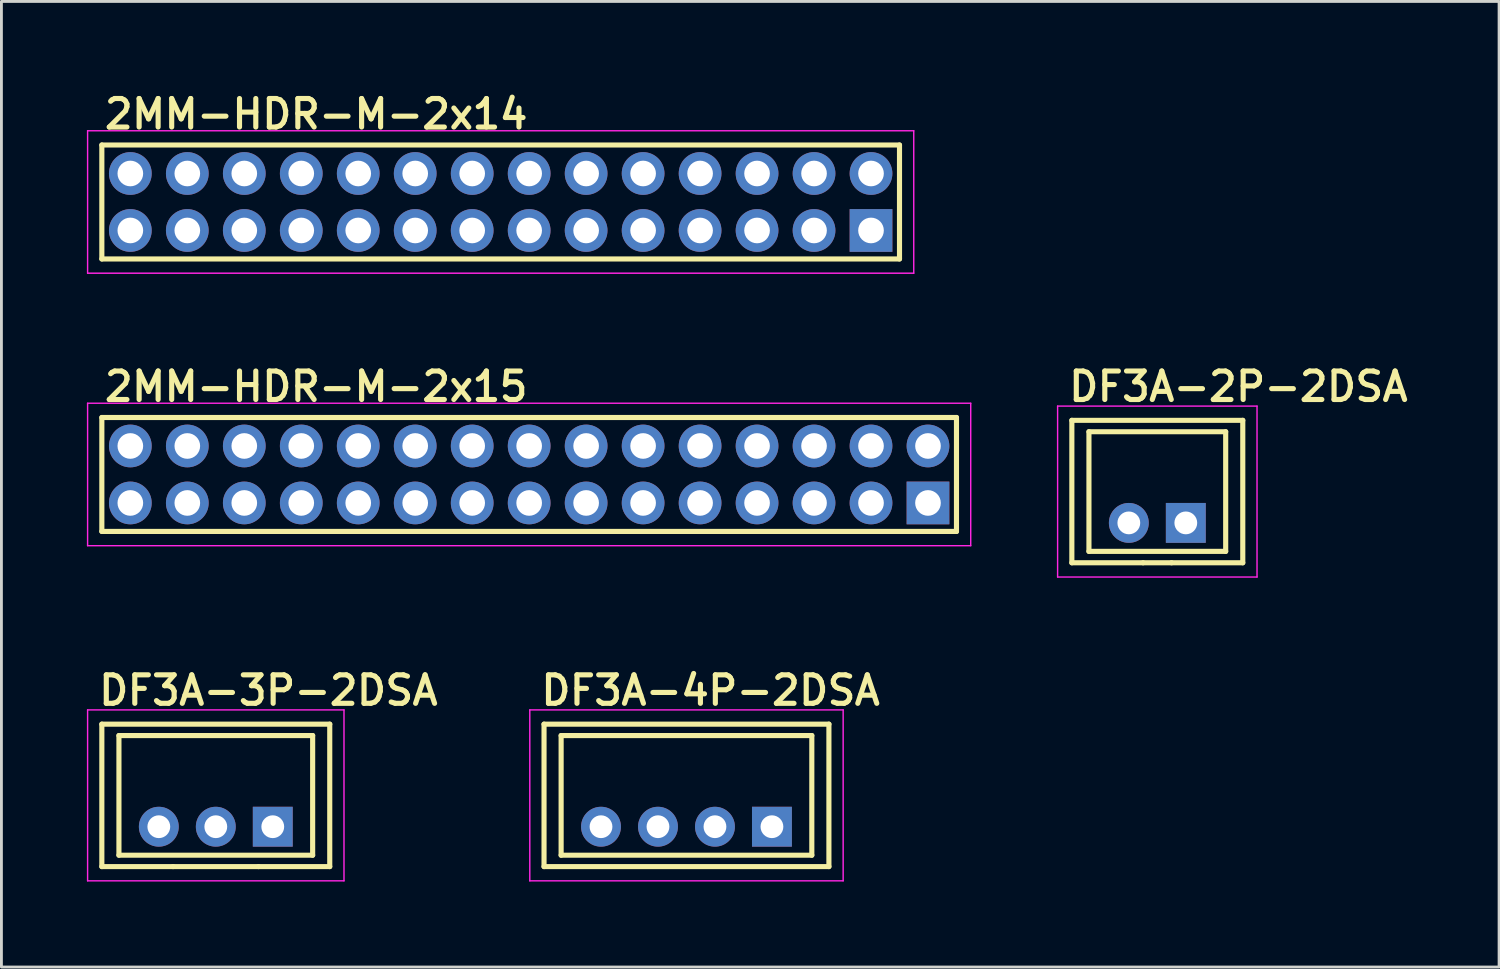
<source format=kicad_pcb>
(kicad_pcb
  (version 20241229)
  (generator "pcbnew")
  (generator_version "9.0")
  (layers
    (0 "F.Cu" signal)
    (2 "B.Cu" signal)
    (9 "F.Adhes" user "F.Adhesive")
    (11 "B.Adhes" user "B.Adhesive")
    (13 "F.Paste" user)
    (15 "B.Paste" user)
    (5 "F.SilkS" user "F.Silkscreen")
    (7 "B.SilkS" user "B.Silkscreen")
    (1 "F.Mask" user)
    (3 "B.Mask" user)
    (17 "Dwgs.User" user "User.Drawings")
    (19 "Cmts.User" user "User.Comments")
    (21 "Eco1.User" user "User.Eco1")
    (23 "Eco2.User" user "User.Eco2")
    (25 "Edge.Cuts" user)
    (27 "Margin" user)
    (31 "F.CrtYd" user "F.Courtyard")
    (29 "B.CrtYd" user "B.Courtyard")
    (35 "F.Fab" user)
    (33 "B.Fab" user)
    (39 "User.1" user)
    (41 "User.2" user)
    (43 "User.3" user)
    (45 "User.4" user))
  (footprint "DF3A-4P-2DSA"
    (layer "F.Cu")
    (at 21.047 25.97)
    (property "Reference" "DF3A-4P-2DSA" (at -5.2 -4.2 0) (layer "F.SilkS") (effects (font (size 1 1) (thickness 0.18)) (justify left bottom)))
    (attr through_hole)
    (fp_line (start -5 -3.6) (end 5 -3.6) (stroke (width 0.18) (type solid)) (layer "F.SilkS"))
    (fp_line (start -5 1.4) (end -5 -3.6) (stroke (width 0.18) (type solid)) (layer "F.SilkS"))
    (fp_line (start -5 1.4) (end 5 1.4) (stroke (width 0.18) (type solid)) (layer "F.SilkS"))
    (fp_line (start -4.4 -3.2) (end -4.4 1) (stroke (width 0.18) (type solid)) (layer "F.SilkS"))
    (fp_line (start -4.4 -3.2) (end 4.4 -3.2) (stroke (width 0.18) (type solid)) (layer "F.SilkS"))
    (fp_line (start -4.4 1) (end 4.4 1) (stroke (width 0.18) (type solid)) (layer "F.SilkS"))
    (fp_line (start 4.4 -3.2) (end 4.4 1) (stroke (width 0.18) (type solid)) (layer "F.SilkS"))
    (fp_line (start 5 -3.6) (end 5 1.4) (stroke (width 0.18) (type solid)) (layer "F.SilkS"))
    (fp_line (start -5.5 -4.1) (end 5.5 -4.1) (stroke (width 0.05) (type solid)) (layer "F.CrtYd"))
    (fp_line (start -5.5 1.9) (end -5.5 -4.1) (stroke (width 0.05) (type solid)) (layer "F.CrtYd"))
    (fp_line (start 5.5 -4.1) (end 5.5 1.9) (stroke (width 0.05) (type solid)) (layer "F.CrtYd"))
    (fp_line (start 5.5 1.9) (end -5.5 1.9) (stroke (width 0.05) (type solid)) (layer "F.CrtYd"))
    (pad "1" thru_hole rect (at 3 0) (size 1.4 1.4) (drill 0.8) (layers "*.Cu" "*.Mask"))
    (pad "2" thru_hole circle (at 1 0) (size 1.4 1.4) (drill 0.8) (layers "*.Cu" "*.Mask"))
    (pad "3" thru_hole circle (at -1 0) (size 1.4 1.4) (drill 0.8) (layers "*.Cu" "*.Mask"))
    (pad "4" thru_hole circle (at -3 0) (size 1.4 1.4) (drill 0.8) (layers "*.Cu" "*.Mask")))
  (footprint "2MM-HDR-M-2x14"
    (layer "F.Cu")
    (at 14.525 4.04)
    (property "Reference" "2MM-HDR-M-2x14" (at -14 -2.5 0) (layer "F.SilkS") (effects (font (size 1 1) (thickness 0.18)) (justify left bottom)))
    (attr through_hole)
    (fp_line (start -14 -2) (end 14 -2) (stroke (width 0.18) (type solid)) (layer "F.SilkS"))
    (fp_line (start -14 2) (end -14 -2) (stroke (width 0.18) (type solid)) (layer "F.SilkS"))
    (fp_line (start 14 -2) (end 14 2) (stroke (width 0.18) (type solid)) (layer "F.SilkS"))
    (fp_line (start 14 2) (end -14 2) (stroke (width 0.18) (type solid)) (layer "F.SilkS"))
    (fp_line (start -14.5 -2.5) (end 14.5 -2.5) (stroke (width 0.05) (type solid)) (layer "F.CrtYd"))
    (fp_line (start -14.5 2.5) (end -14.5 -2.5) (stroke (width 0.05) (type solid)) (layer "F.CrtYd"))
    (fp_line (start 14.5 -2.5) (end 14.5 2.5) (stroke (width 0.05) (type solid)) (layer "F.CrtYd"))
    (fp_line (start 14.5 2.5) (end -14.5 2.5) (stroke (width 0.05) (type solid)) (layer "F.CrtYd"))
    (pad "1" thru_hole rect (at 13 1) (size 1.5 1.5) (drill 0.9) (layers "*.Cu" "*.Mask"))
    (pad "2" thru_hole circle (at 13 -1) (size 1.5 1.5) (drill 0.9) (layers "*.Cu" "*.Mask"))
    (pad "3" thru_hole circle (at 11 1) (size 1.5 1.5) (drill 0.9) (layers "*.Cu" "*.Mask"))
    (pad "4" thru_hole circle (at 11 -1) (size 1.5 1.5) (drill 0.9) (layers "*.Cu" "*.Mask"))
    (pad "5" thru_hole circle (at 9 1) (size 1.5 1.5) (drill 0.9) (layers "*.Cu" "*.Mask"))
    (pad "6" thru_hole circle (at 9 -1) (size 1.5 1.5) (drill 0.9) (layers "*.Cu" "*.Mask"))
    (pad "7" thru_hole circle (at 7 1) (size 1.5 1.5) (drill 0.9) (layers "*.Cu" "*.Mask"))
    (pad "8" thru_hole circle (at 7 -1) (size 1.5 1.5) (drill 0.9) (layers "*.Cu" "*.Mask"))
    (pad "9" thru_hole circle (at 5 1) (size 1.5 1.5) (drill 0.9) (layers "*.Cu" "*.Mask"))
    (pad "10" thru_hole circle (at 5 -1) (size 1.5 1.5) (drill 0.9) (layers "*.Cu" "*.Mask"))
    (pad "11" thru_hole circle (at 3 1) (size 1.5 1.5) (drill 0.9) (layers "*.Cu" "*.Mask"))
    (pad "12" thru_hole circle (at 3 -1) (size 1.5 1.5) (drill 0.9) (layers "*.Cu" "*.Mask"))
    (pad "13" thru_hole circle (at 1 1) (size 1.5 1.5) (drill 0.9) (layers "*.Cu" "*.Mask"))
    (pad "14" thru_hole circle (at 1 -1) (size 1.5 1.5) (drill 0.9) (layers "*.Cu" "*.Mask"))
    (pad "15" thru_hole circle (at -1 1) (size 1.5 1.5) (drill 0.9) (layers "*.Cu" "*.Mask"))
    (pad "16" thru_hole circle (at -1 -1) (size 1.5 1.5) (drill 0.9) (layers "*.Cu" "*.Mask"))
    (pad "17" thru_hole circle (at -3 1) (size 1.5 1.5) (drill 0.9) (layers "*.Cu" "*.Mask"))
    (pad "18" thru_hole circle (at -3 -1) (size 1.5 1.5) (drill 0.9) (layers "*.Cu" "*.Mask"))
    (pad "19" thru_hole circle (at -5 1) (size 1.5 1.5) (drill 0.9) (layers "*.Cu" "*.Mask"))
    (pad "20" thru_hole circle (at -5 -1) (size 1.5 1.5) (drill 0.9) (layers "*.Cu" "*.Mask"))
    (pad "21" thru_hole circle (at -7 1) (size 1.5 1.5) (drill 0.9) (layers "*.Cu" "*.Mask"))
    (pad "22" thru_hole circle (at -7 -1) (size 1.5 1.5) (drill 0.9) (layers "*.Cu" "*.Mask"))
    (pad "23" thru_hole circle (at -9 1) (size 1.5 1.5) (drill 0.9) (layers "*.Cu" "*.Mask"))
    (pad "24" thru_hole circle (at -9 -1) (size 1.5 1.5) (drill 0.9) (layers "*.Cu" "*.Mask"))
    (pad "25" thru_hole circle (at -11 1) (size 1.5 1.5) (drill 0.9) (layers "*.Cu" "*.Mask"))
    (pad "26" thru_hole circle (at -11 -1) (size 1.5 1.5) (drill 0.9) (layers "*.Cu" "*.Mask"))
    (pad "27" thru_hole circle (at -13 1) (size 1.5 1.5) (drill 0.9) (layers "*.Cu" "*.Mask"))
    (pad "28" thru_hole circle (at -13 -1) (size 1.5 1.5) (drill 0.9) (layers "*.Cu" "*.Mask")))
  (footprint "DF3A-3P-2DSA"
    (layer "F.Cu")
    (at 4.525 25.97)
    (property "Reference" "DF3A-3P-2DSA" (at -4.2 -4.2 0) (layer "F.SilkS") (effects (font (size 1 1) (thickness 0.18)) (justify left bottom)))
    (attr through_hole)
    (fp_line (start -4 -3.6) (end 4 -3.6) (stroke (width 0.18) (type solid)) (layer "F.SilkS"))
    (fp_line (start -4 1.4) (end -4 -3.6) (stroke (width 0.18) (type solid)) (layer "F.SilkS"))
    (fp_line (start -3.4 -3.2) (end -3.4 1) (stroke (width 0.18) (type solid)) (layer "F.SilkS"))
    (fp_line (start -3.4 -3.2) (end 3.4 -3.2) (stroke (width 0.18) (type solid)) (layer "F.SilkS"))
    (fp_line (start -3.4 1) (end 3.4 1) (stroke (width 0.18) (type solid)) (layer "F.SilkS"))
    (fp_line (start -1.5 1.4) (end -4 1.4) (stroke (width 0.18) (type solid)) (layer "F.SilkS"))
    (fp_line (start 1.5 1.4) (end -1.5 1.4) (stroke (width 0.18) (type solid)) (layer "F.SilkS"))
    (fp_line (start 3.4 -3.2) (end 3.4 1) (stroke (width 0.18) (type solid)) (layer "F.SilkS"))
    (fp_line (start 4 -3.6) (end 4 1.4) (stroke (width 0.18) (type solid)) (layer "F.SilkS"))
    (fp_line (start 4 1.4) (end 1.5 1.4) (stroke (width 0.18) (type solid)) (layer "F.SilkS"))
    (fp_line (start -4.5 -4.1) (end 4.5 -4.1) (stroke (width 0.05) (type solid)) (layer "F.CrtYd"))
    (fp_line (start -4.5 1.9) (end -4.5 -4.1) (stroke (width 0.05) (type solid)) (layer "F.CrtYd"))
    (fp_line (start 4.5 -4.1) (end 4.5 1.9) (stroke (width 0.05) (type solid)) (layer "F.CrtYd"))
    (fp_line (start 4.5 1.9) (end -4.5 1.9) (stroke (width 0.05) (type solid)) (layer "F.CrtYd"))
    (pad "1" thru_hole rect (at 2 0) (size 1.4 1.4) (drill 0.8) (layers "*.Cu" "*.Mask"))
    (pad "2" thru_hole circle (at 0 0) (size 1.4 1.4) (drill 0.8) (layers "*.Cu" "*.Mask"))
    (pad "3" thru_hole circle (at -2 0) (size 1.4 1.4) (drill 0.8) (layers "*.Cu" "*.Mask")))
  (footprint "2MM-HDR-M-2x15"
    (layer "F.Cu")
    (at 15.525 13.605)
    (property "Reference" "2MM-HDR-M-2x15" (at -15 -2.5 0) (layer "F.SilkS") (effects (font (size 1 1) (thickness 0.18)) (justify left bottom)))
    (attr through_hole)
    (fp_line (start -15 -2) (end 15 -2) (stroke (width 0.18) (type solid)) (layer "F.SilkS"))
    (fp_line (start -15 2) (end -15 -2) (stroke (width 0.18) (type solid)) (layer "F.SilkS"))
    (fp_line (start 15 -2) (end 15 2) (stroke (width 0.18) (type solid)) (layer "F.SilkS"))
    (fp_line (start 15 2) (end -15 2) (stroke (width 0.18) (type solid)) (layer "F.SilkS"))
    (fp_line (start -15.5 -2.5) (end 15.5 -2.5) (stroke (width 0.05) (type solid)) (layer "F.CrtYd"))
    (fp_line (start -15.5 2.5) (end -15.5 -2.5) (stroke (width 0.05) (type solid)) (layer "F.CrtYd"))
    (fp_line (start 15.5 -2.5) (end 15.5 2.5) (stroke (width 0.05) (type solid)) (layer "F.CrtYd"))
    (fp_line (start 15.5 2.5) (end -15.5 2.5) (stroke (width 0.05) (type solid)) (layer "F.CrtYd"))
    (pad "1" thru_hole rect (at 14 1) (size 1.5 1.5) (drill 0.9) (layers "*.Cu" "*.Mask"))
    (pad "2" thru_hole circle (at 14 -1) (size 1.5 1.5) (drill 0.9) (layers "*.Cu" "*.Mask"))
    (pad "3" thru_hole circle (at 12 1) (size 1.5 1.5) (drill 0.9) (layers "*.Cu" "*.Mask"))
    (pad "4" thru_hole circle (at 12 -1) (size 1.5 1.5) (drill 0.9) (layers "*.Cu" "*.Mask"))
    (pad "5" thru_hole circle (at 10 1) (size 1.5 1.5) (drill 0.9) (layers "*.Cu" "*.Mask"))
    (pad "6" thru_hole circle (at 10 -1) (size 1.5 1.5) (drill 0.9) (layers "*.Cu" "*.Mask"))
    (pad "7" thru_hole circle (at 8 1) (size 1.5 1.5) (drill 0.9) (layers "*.Cu" "*.Mask"))
    (pad "8" thru_hole circle (at 8 -1) (size 1.5 1.5) (drill 0.9) (layers "*.Cu" "*.Mask"))
    (pad "9" thru_hole circle (at 6 1) (size 1.5 1.5) (drill 0.9) (layers "*.Cu" "*.Mask"))
    (pad "10" thru_hole circle (at 6 -1) (size 1.5 1.5) (drill 0.9) (layers "*.Cu" "*.Mask"))
    (pad "11" thru_hole circle (at 4 1) (size 1.5 1.5) (drill 0.9) (layers "*.Cu" "*.Mask"))
    (pad "12" thru_hole circle (at 4 -1) (size 1.5 1.5) (drill 0.9) (layers "*.Cu" "*.Mask"))
    (pad "13" thru_hole circle (at 2 1) (size 1.5 1.5) (drill 0.9) (layers "*.Cu" "*.Mask"))
    (pad "14" thru_hole circle (at 2 -1) (size 1.5 1.5) (drill 0.9) (layers "*.Cu" "*.Mask"))
    (pad "15" thru_hole circle (at 0 1) (size 1.5 1.5) (drill 0.9) (layers "*.Cu" "*.Mask"))
    (pad "16" thru_hole circle (at 0 -1) (size 1.5 1.5) (drill 0.9) (layers "*.Cu" "*.Mask"))
    (pad "17" thru_hole circle (at -2 1) (size 1.5 1.5) (drill 0.9) (layers "*.Cu" "*.Mask"))
    (pad "18" thru_hole circle (at -2 -1) (size 1.5 1.5) (drill 0.9) (layers "*.Cu" "*.Mask"))
    (pad "19" thru_hole circle (at -4 1) (size 1.5 1.5) (drill 0.9) (layers "*.Cu" "*.Mask"))
    (pad "20" thru_hole circle (at -4 -1) (size 1.5 1.5) (drill 0.9) (layers "*.Cu" "*.Mask"))
    (pad "21" thru_hole circle (at -6 1) (size 1.5 1.5) (drill 0.9) (layers "*.Cu" "*.Mask"))
    (pad "22" thru_hole circle (at -6 -1) (size 1.5 1.5) (drill 0.9) (layers "*.Cu" "*.Mask"))
    (pad "23" thru_hole circle (at -8 1) (size 1.5 1.5) (drill 0.9) (layers "*.Cu" "*.Mask"))
    (pad "24" thru_hole circle (at -8 -1) (size 1.5 1.5) (drill 0.9) (layers "*.Cu" "*.Mask"))
    (pad "25" thru_hole circle (at -10 1) (size 1.5 1.5) (drill 0.9) (layers "*.Cu" "*.Mask"))
    (pad "26" thru_hole circle (at -10 -1) (size 1.5 1.5) (drill 0.9) (layers "*.Cu" "*.Mask"))
    (pad "27" thru_hole circle (at -12 1) (size 1.5 1.5) (drill 0.9) (layers "*.Cu" "*.Mask"))
    (pad "28" thru_hole circle (at -12 -1) (size 1.5 1.5) (drill 0.9) (layers "*.Cu" "*.Mask"))
    (pad "29" thru_hole circle (at -14 1) (size 1.5 1.5) (drill 0.9) (layers "*.Cu" "*.Mask"))
    (pad "30" thru_hole circle (at -14 -1) (size 1.5 1.5) (drill 0.9) (layers "*.Cu" "*.Mask")))
  (footprint "DF3A-2P-2DSA"
    (layer "F.Cu")
    (at 37.575 15.305)
    (property "Reference" "DF3A-2P-2DSA" (at -3.2 -4.2 0) (layer "F.SilkS") (effects (font (size 1 1) (thickness 0.18)) (justify left bottom)))
    (attr through_hole)
    (fp_line (start -3 -3.6) (end 3 -3.6) (stroke (width 0.18) (type solid)) (layer "F.SilkS"))
    (fp_line (start -3 1.4) (end -3 -3.6) (stroke (width 0.18) (type solid)) (layer "F.SilkS"))
    (fp_line (start -2.4 -3.2) (end -2.4 1) (stroke (width 0.18) (type solid)) (layer "F.SilkS"))
    (fp_line (start -2.4 -3.2) (end 2.4 -3.2) (stroke (width 0.18) (type solid)) (layer "F.SilkS"))
    (fp_line (start -2.4 1) (end 2.4 1) (stroke (width 0.18) (type solid)) (layer "F.SilkS"))
    (fp_line (start -0.5 1.4) (end -3 1.4) (stroke (width 0.18) (type solid)) (layer "F.SilkS"))
    (fp_line (start 0.5 1.4) (end -0.5 1.4) (stroke (width 0.18) (type solid)) (layer "F.SilkS"))
    (fp_line (start 2.4 -3.2) (end 2.4 1) (stroke (width 0.18) (type solid)) (layer "F.SilkS"))
    (fp_line (start 3 -3.6) (end 3 1.4) (stroke (width 0.18) (type solid)) (layer "F.SilkS"))
    (fp_line (start 3 1.4) (end 0.5 1.4) (stroke (width 0.18) (type solid)) (layer "F.SilkS"))
    (fp_line (start -3.5 -4.1) (end 3.5 -4.1) (stroke (width 0.05) (type solid)) (layer "F.CrtYd"))
    (fp_line (start -3.5 1.9) (end -3.5 -4.1) (stroke (width 0.05) (type solid)) (layer "F.CrtYd"))
    (fp_line (start 3.5 -4.1) (end 3.5 1.9) (stroke (width 0.05) (type solid)) (layer "F.CrtYd"))
    (fp_line (start 3.5 1.9) (end -3.5 1.9) (stroke (width 0.05) (type solid)) (layer "F.CrtYd"))
    (pad "1" thru_hole rect (at 1 0) (size 1.4 1.4) (drill 0.8) (layers "*.Cu" "*.Mask"))
    (pad "2" thru_hole circle (at -1 0) (size 1.4 1.4) (drill 0.8) (layers "*.Cu" "*.Mask")))
  (gr_rect
    (start -3 -3)
    (end 49.572 30.895)
    (stroke (width 0.1) (type default))
    (fill no)
    (layer "Edge.Cuts")))
</source>
